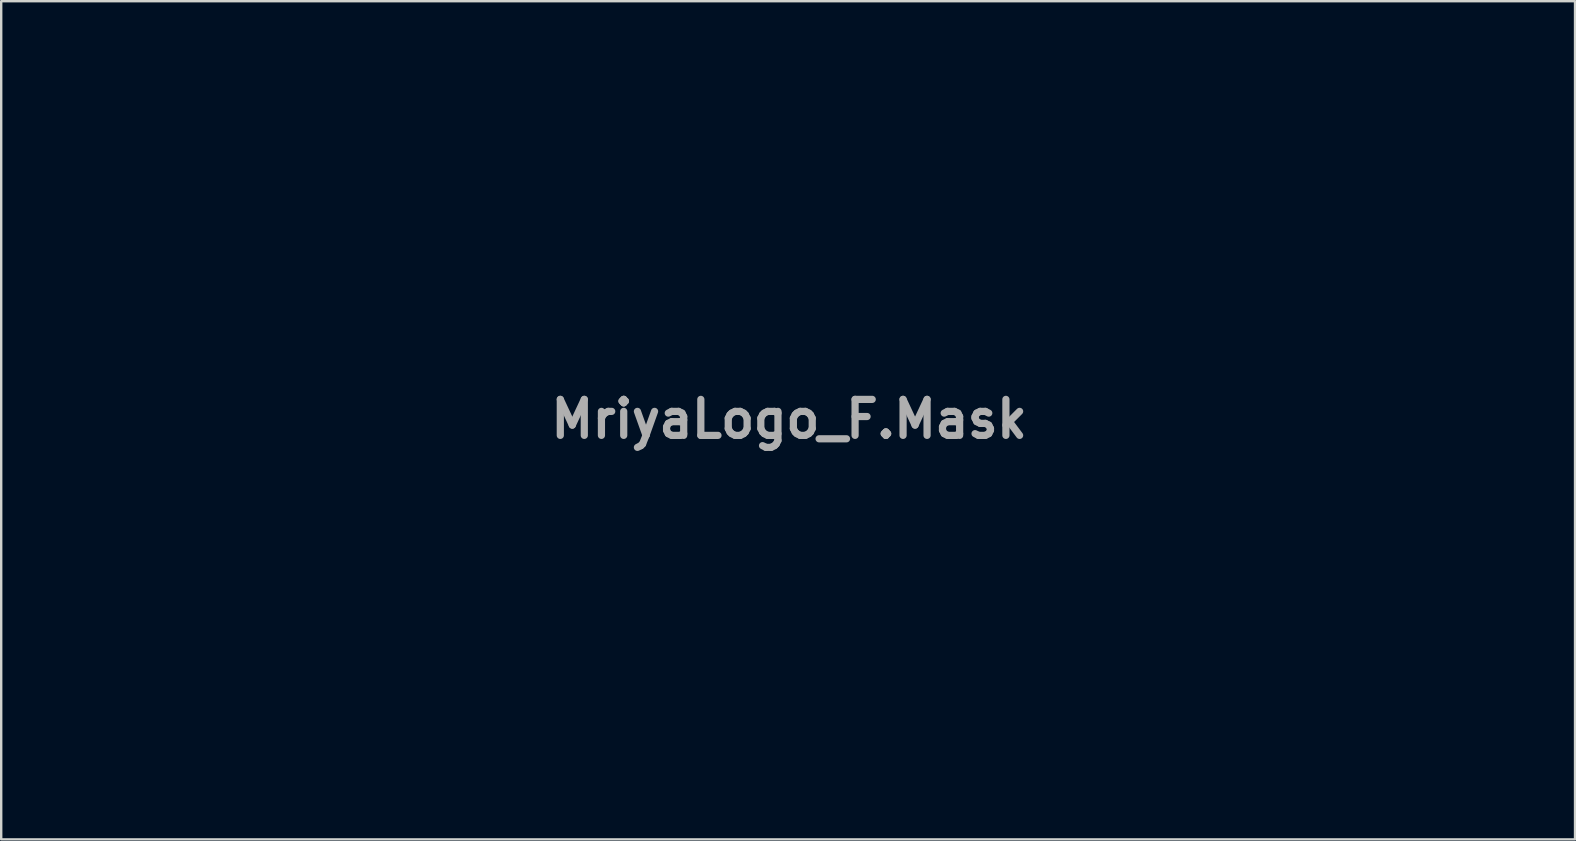
<source format=kicad_pcb>
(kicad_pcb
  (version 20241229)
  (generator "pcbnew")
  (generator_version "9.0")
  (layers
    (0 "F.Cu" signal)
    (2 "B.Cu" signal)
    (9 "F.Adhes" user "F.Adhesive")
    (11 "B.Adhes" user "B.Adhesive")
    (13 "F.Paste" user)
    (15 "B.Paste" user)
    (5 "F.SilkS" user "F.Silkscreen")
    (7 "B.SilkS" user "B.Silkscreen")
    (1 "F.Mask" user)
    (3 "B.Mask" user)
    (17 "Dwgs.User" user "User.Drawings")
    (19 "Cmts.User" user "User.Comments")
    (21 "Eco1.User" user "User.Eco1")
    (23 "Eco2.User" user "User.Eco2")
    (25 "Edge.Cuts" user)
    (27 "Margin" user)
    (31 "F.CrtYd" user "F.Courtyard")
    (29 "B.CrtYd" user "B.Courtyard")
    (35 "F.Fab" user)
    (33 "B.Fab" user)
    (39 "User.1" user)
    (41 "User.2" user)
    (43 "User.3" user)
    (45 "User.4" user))
  (footprint "MriyaLogo_F.Mask"
    (layer "F.Cu")
    (at 29.838 14.417)
    (property "Reference" "MriyaLogo_F.Mask" (at 0 0 0) (layer "F.Fab") (effects (font (size 1.5 1.5) (thickness 0.3))))
    (attr board_only exclude_from_pos_files exclude_from_bom)
    (fp_poly (pts (xy 14.399 -5.16) (xy 14.516 -5.111) (xy 14.636 -5) (xy 14.671 -4.886) (xy 14.633 -4.791) (xy 14.532 -4.738) (xy 14.38 -4.75) (xy 14.349 -4.761) (xy 14.202 -4.78) (xy 13.994 -4.747) (xy 13.719 -4.659) (xy 13.37 -4.515) (xy 13.238 -4.456) (xy 12.959 -4.337) (xy 12.748 -4.275) (xy 12.594 -4.267) (xy 12.483 -4.311) (xy 12.456 -4.334) (xy 12.358 -4.486) (xy 12.354 -4.639) (xy 12.438 -4.783) (xy 12.607 -4.906) (xy 12.754 -4.968) (xy 13.14 -5.081) (xy 13.515 -5.158) (xy 13.861 -5.198) (xy 14.161 -5.199)) (stroke (width 0) (type solid)) (fill yes) (layer "F.Mask"))
    (fp_poly (pts (xy 25.733 -3.898) (xy 26.002 -3.838) (xy 26.207 -3.745) (xy 26.384 -3.603) (xy 26.413 -3.573) (xy 26.528 -3.427) (xy 26.611 -3.257) (xy 26.665 -3.045) (xy 26.695 -2.774) (xy 26.705 -2.425) (xy 26.705 -2.33) (xy 26.705 -2.113) (xy 26.705 -1.948) (xy 26.694 -1.819) (xy 26.667 -1.709) (xy 26.615 -1.602) (xy 26.531 -1.483) (xy 26.405 -1.334) (xy 26.232 -1.14) (xy 26.009 -0.893) (xy 25.702 -0.538) (xy 25.469 -0.24) (xy 25.308 0.005) (xy 25.216 0.204) (xy 25.189 0.362) (xy 25.224 0.484) (xy 25.232 0.497) (xy 25.338 0.58) (xy 25.43 0.601) (xy 25.597 0.573) (xy 25.839 0.489) (xy 26.153 0.352) (xy 26.533 0.165) (xy 26.974 -0.069) (xy 27.471 -0.348) (xy 28.018 -0.668) (xy 28.611 -1.028) (xy 28.798 -1.144) (xy 29.057 -1.303) (xy 29.29 -1.441) (xy 29.482 -1.551) (xy 29.62 -1.625) (xy 29.689 -1.653) (xy 29.691 -1.653) (xy 29.755 -1.632) (xy 29.737 -1.568) (xy 29.635 -1.461) (xy 29.45 -1.309) (xy 29.179 -1.113) (xy 28.823 -0.872) (xy 28.38 -0.585) (xy 27.85 -0.252) (xy 27.629 -0.115) (xy 27.091 0.206) (xy 26.622 0.464) (xy 26.216 0.658) (xy 25.869 0.793) (xy 25.575 0.869) (xy 25.328 0.888) (xy 25.122 0.854) (xy 25.06 0.829) (xy 24.921 0.73) (xy 24.81 0.561) (xy 24.789 0.515) (xy 24.734 0.378) (xy 24.709 0.263) (xy 24.711 0.132) (xy 24.738 -0.055) (xy 24.741 -0.075) (xy 24.819 -0.38) (xy 24.956 -0.74) (xy 25.05 -0.944) (xy 25.149 -1.15) (xy 25.229 -1.32) (xy 25.282 -1.437) (xy 25.3 -1.48) (xy 25.259 -1.459) (xy 25.145 -1.392) (xy 24.967 -1.284) (xy 24.737 -1.143) (xy 24.466 -0.974) (xy 24.164 -0.786) (xy 24.135 -0.767) (xy 23.667 -0.476) (xy 23.273 -0.237) (xy 22.944 -0.046) (xy 22.672 0.102) (xy 22.448 0.212) (xy 22.263 0.286) (xy 22.109 0.331) (xy 21.977 0.349) (xy 21.934 0.351) (xy 21.757 0.336) (xy 21.625 0.279) (xy 21.531 0.204) (xy 21.453 0.131) (xy 21.405 0.063) (xy 21.379 -0.024) (xy 21.369 -0.157) (xy 21.369 -0.197) (xy 22.002 -0.197) (xy 22.008 -0.123) (xy 22.09 -0.105) (xy 22.247 -0.142) (xy 22.444 -0.217) (xy 22.572 -0.278) (xy 22.768 -0.38) (xy 23.014 -0.514) (xy 23.291 -0.67) (xy 23.582 -0.838) (xy 23.63 -0.866) (xy 23.972 -1.065) (xy 24.351 -1.281) (xy 24.734 -1.496) (xy 25.09 -1.693) (xy 25.334 -1.825) (xy 25.6 -1.967) (xy 25.844 -2.098) (xy 26.049 -2.208) (xy 26.197 -2.288) (xy 26.264 -2.324) (xy 26.367 -2.428) (xy 26.398 -2.569) (xy 26.368 -2.727) (xy 26.286 -2.88) (xy 26.163 -3.007) (xy 26.009 -3.088) (xy 25.891 -3.106) (xy 25.765 -3.085) (xy 25.572 -3.026) (xy 25.335 -2.939) (xy 25.074 -2.831) (xy 24.813 -2.71) (xy 24.709 -2.659) (xy 24.211 -2.366) (xy 23.693 -1.987) (xy 23.167 -1.532) (xy 22.646 -1.011) (xy 22.437 -0.783) (xy 22.217 -0.524) (xy 22.072 -0.33) (xy 22.002 -0.197) (xy 21.369 -0.197) (xy 21.368 -0.362) (xy 21.368 -0.389) (xy 21.372 -0.616) (xy 21.389 -0.782) (xy 21.427 -0.927) (xy 21.496 -1.09) (xy 21.553 -1.208) (xy 21.752 -1.537) (xy 22.029 -1.889) (xy 22.372 -2.251) (xy 22.765 -2.609) (xy 23.195 -2.949) (xy 23.646 -3.258) (xy 23.745 -3.319) (xy 24.253 -3.598) (xy 24.72 -3.789) (xy 25.151 -3.895) (xy 25.55 -3.917)) (stroke (width 0) (type solid)) (fill yes) (layer "F.Mask"))
    (fp_poly (pts (xy -0.564 -14.412) (xy -0.446 -14.364) (xy -0.355 -14.299) (xy -0.241 -14.174) (xy -0.202 -14.035) (xy -0.2 -13.999) (xy -0.202 -13.945) (xy -0.207 -13.887) (xy -0.22 -13.821) (xy -0.242 -13.74) (xy -0.275 -13.64) (xy -0.324 -13.514) (xy -0.389 -13.356) (xy -0.474 -13.161) (xy -0.581 -12.924) (xy -0.713 -12.638) (xy -0.872 -12.298) (xy -1.06 -11.897) (xy -1.281 -11.432) (xy -1.537 -10.894) (xy -1.831 -10.28) (xy -2.164 -9.583) (xy -2.279 -9.343) (xy -2.723 -8.413) (xy -3.128 -7.564) (xy -3.497 -6.786) (xy -3.835 -6.072) (xy -4.145 -5.412) (xy -4.432 -4.797) (xy -4.7 -4.218) (xy -4.952 -3.667) (xy -5.194 -3.133) (xy -5.429 -2.609) (xy -5.661 -2.085) (xy -5.895 -1.553) (xy -6.135 -1.002) (xy -6.362 -0.476) (xy -6.562 -0.011) (xy -6.726 0.37) (xy -6.858 0.675) (xy -6.959 0.914) (xy -7.035 1.094) (xy -7.088 1.223) (xy -7.121 1.31) (xy -7.139 1.363) (xy -7.144 1.391) (xy -7.139 1.401) (xy -7.129 1.403) (xy -7.125 1.403) (xy -7.08 1.367) (xy -6.985 1.269) (xy -6.854 1.126) (xy -6.713 0.964) (xy -5.896 0.016) (xy -5.092 -0.904) (xy -4.294 -1.808) (xy -3.491 -2.704) (xy -2.672 -3.605) (xy -1.83 -4.52) (xy -0.953 -5.461) (xy -0.032 -6.438) (xy 0.942 -7.461) (xy 1.979 -8.541) (xy 2.029 -8.593) (xy 2.517 -9.103) (xy 2.938 -9.552) (xy 3.299 -9.948) (xy 3.605 -10.298) (xy 3.865 -10.609) (xy 4.054 -10.849) (xy 4.371 -11.26) (xy 4.637 -11.594) (xy 4.86 -11.86) (xy 5.045 -12.061) (xy 5.201 -12.205) (xy 5.334 -12.299) (xy 5.45 -12.347) (xy 5.557 -12.356) (xy 5.661 -12.334) (xy 5.674 -12.329) (xy 5.831 -12.222) (xy 5.935 -12.061) (xy 5.962 -11.923) (xy 5.946 -11.842) (xy 5.897 -11.72) (xy 5.811 -11.553) (xy 5.684 -11.335) (xy 5.512 -11.058) (xy 5.292 -10.717) (xy 5.02 -10.307) (xy 4.743 -9.894) (xy 4.202 -9.09) (xy 3.714 -8.36) (xy 3.275 -7.696) (xy 2.879 -7.091) (xy 2.523 -6.538) (xy 2.202 -6.027) (xy 1.91 -5.553) (xy 1.644 -5.107) (xy 1.398 -4.681) (xy 1.168 -4.269) (xy 0.95 -3.862) (xy 0.738 -3.452) (xy 0.528 -3.033) (xy 0.478 -2.931) (xy 0.187 -2.328) (xy -0.109 -1.692) (xy -0.407 -1.036) (xy -0.701 -0.371) (xy -0.986 0.291) (xy -1.258 0.938) (xy -1.51 1.558) (xy -1.739 2.138) (xy -1.939 2.668) (xy -2.105 3.135) (xy -2.233 3.526) (xy -2.256 3.605) (xy -2.335 3.95) (xy -2.36 4.282) (xy -2.344 4.584) (xy -2.347 4.693) (xy -2.399 4.739) (xy -2.457 4.749) (xy -2.602 4.724) (xy -2.704 4.614) (xy -2.764 4.424) (xy -2.779 4.162) (xy -2.751 3.834) (xy -2.677 3.445) (xy -2.63 3.256) (xy -2.565 3.028) (xy -2.478 2.755) (xy -2.368 2.432) (xy -2.233 2.052) (xy -2.069 1.61) (xy -1.874 1.099) (xy -1.648 0.514) (xy -1.386 -0.152) (xy -1.124 -0.813) (xy -0.69 -1.89) (xy -0.276 -2.883) (xy 0.121 -3.8) (xy 0.506 -4.654) (xy 0.885 -5.454) (xy 1.263 -6.213) (xy 1.644 -6.94) (xy 1.917 -7.44) (xy 2.062 -7.703) (xy 2.187 -7.936) (xy 2.285 -8.125) (xy 2.349 -8.255) (xy 2.371 -8.313) (xy 2.37 -8.315) (xy 2.33 -8.304) (xy 2.314 -8.284) (xy 2.273 -8.237) (xy 2.17 -8.126) (xy 2.013 -7.958) (xy 1.809 -7.742) (xy 1.565 -7.486) (xy 1.29 -7.197) (xy 0.991 -6.883) (xy 0.871 -6.758) (xy 0.515 -6.384) (xy 0.186 -6.039) (xy -0.122 -5.714) (xy -0.414 -5.404) (xy -0.696 -5.101) (xy -0.976 -4.799) (xy -1.258 -4.49) (xy -1.549 -4.169) (xy -1.856 -3.829) (xy -2.183 -3.462) (xy -2.537 -3.062) (xy -2.925 -2.622) (xy -3.352 -2.136) (xy -3.825 -1.597) (xy -4.349 -0.997) (xy -4.93 -0.331) (xy -5.132 -0.1) (xy -5.454 0.264) (xy -5.781 0.627) (xy -6.105 0.979) (xy -6.417 1.311) (xy -6.708 1.614) (xy -6.97 1.879) (xy -7.193 2.097) (xy -7.37 2.258) (xy -7.491 2.355) (xy -7.503 2.363) (xy -7.628 2.422) (xy -7.727 2.439) (xy -7.742 2.436) (xy -7.786 2.406) (xy -7.809 2.349) (xy -7.809 2.26) (xy -7.784 2.129) (xy -7.731 1.949) (xy -7.647 1.713) (xy -7.531 1.411) (xy -7.379 1.036) (xy -7.189 0.581) (xy -7.111 0.394) (xy -6.777 -0.395) (xy -6.474 -1.108) (xy -6.194 -1.758) (xy -5.931 -2.364) (xy -5.677 -2.939) (xy -5.425 -3.501) (xy -5.169 -4.064) (xy -4.9 -4.645) (xy -4.613 -5.259) (xy -4.3 -5.923) (xy -4.007 -6.538) (xy -3.645 -7.302) (xy -3.307 -8.021) (xy -2.995 -8.692) (xy -2.711 -9.311) (xy -2.457 -9.872) (xy -2.234 -10.372) (xy -2.045 -10.806) (xy -1.892 -11.17) (xy -1.777 -11.46) (xy -1.7 -11.671) (xy -1.666 -11.799) (xy -1.665 -11.834) (xy -1.7 -11.813) (xy -1.784 -11.726) (xy -1.907 -11.585) (xy -2.058 -11.402) (xy -2.128 -11.313) (xy -3.1 -10.096) (xy -4.035 -8.955) (xy -4.943 -7.877) (xy -5.837 -6.852) (xy -6.726 -5.865) (xy -7.622 -4.906) (xy -8.535 -3.962) (xy -9.477 -3.022) (xy -9.962 -2.548) (xy -10.26 -2.259) (xy -10.536 -1.989) (xy -10.781 -1.747) (xy -10.987 -1.541) (xy -11.145 -1.38) (xy -11.247 -1.273) (xy -11.284 -1.23) (xy -11.296 -1.121) (xy -11.264 -1.066) (xy -11.17 -0.981) (xy -11.012 -0.866) (xy -10.816 -0.738) (xy -10.608 -0.612) (xy -10.412 -0.505) (xy -10.254 -0.432) (xy -10.252 -0.431) (xy -10.097 -0.351) (xy -10.031 -0.274) (xy -10.045 -0.209) (xy -10.128 -0.167) (xy -10.271 -0.158) (xy -10.462 -0.192) (xy -10.484 -0.198) (xy -10.605 -0.25) (xy -10.781 -0.346) (xy -10.987 -0.47) (xy -11.153 -0.579) (xy -11.344 -0.707) (xy -11.503 -0.811) (xy -11.613 -0.879) (xy -11.657 -0.902) (xy -11.703 -0.871) (xy -11.808 -0.787) (xy -11.955 -0.663) (xy -12.092 -0.544) (xy -12.577 -0.125) (xy -13.078 0.298) (xy -13.583 0.713) (xy -14.074 1.108) (xy -14.538 1.471) (xy -14.96 1.79) (xy -15.325 2.054) (xy -15.348 2.07) (xy -16.278 2.684) (xy -17.234 3.252) (xy -18.202 3.769) (xy -19.172 4.229) (xy -20.132 4.626) (xy -21.068 4.956) (xy -21.97 5.213) (xy -22.662 5.363) (xy -22.936 5.404) (xy -23.27 5.439) (xy -23.636 5.467) (xy -24.008 5.486) (xy -24.359 5.495) (xy -24.662 5.493) (xy -24.874 5.479) (xy -25.669 5.351) (xy -26.407 5.145) (xy -27.085 4.864) (xy -27.7 4.509) (xy -28.248 4.082) (xy -28.728 3.584) (xy -28.9 3.366) (xy -29.248 2.814) (xy -29.516 2.21) (xy -29.704 1.562) (xy -29.812 0.879) (xy -29.832 0.352) (xy -29.444 0.352) (xy -29.394 1.018) (xy -29.275 1.653) (xy -29.088 2.239) (xy -28.98 2.485) (xy -28.685 2.989) (xy -28.305 3.454) (xy -27.851 3.872) (xy -27.333 4.236) (xy -26.762 4.539) (xy -26.149 4.775) (xy -25.502 4.935) (xy -25.371 4.958) (xy -25.168 4.977) (xy -24.89 4.988) (xy -24.561 4.989) (xy -24.206 4.983) (xy -23.848 4.969) (xy -23.513 4.949) (xy -23.224 4.922) (xy -23.02 4.893) (xy -21.998 4.656) (xy -20.955 4.324) (xy -19.895 3.898) (xy -18.823 3.381) (xy -17.742 2.774) (xy -16.655 2.079) (xy -15.566 1.298) (xy -14.504 0.453) (xy -14.231 0.223) (xy -13.945 -0.023) (xy -13.656 -0.275) (xy -13.373 -0.526) (xy -13.107 -0.765) (xy -12.867 -0.983) (xy -12.664 -1.173) (xy -12.508 -1.324) (xy -12.408 -1.427) (xy -12.374 -1.474) (xy -12.409 -1.52) (xy -12.509 -1.626) (xy -12.665 -1.786) (xy -12.869 -1.99) (xy -13.113 -2.231) (xy -13.388 -2.5) (xy -13.686 -2.791) (xy -13.999 -3.094) (xy -14.319 -3.401) (xy -14.637 -3.705) (xy -14.945 -3.998) (xy -15.234 -4.272) (xy -15.497 -4.518) (xy -15.725 -4.729) (xy -15.91 -4.896) (xy -15.956 -4.937) (xy -16.667 -5.539) (xy -17.335 -6.06) (xy -17.968 -6.504) (xy -18.575 -6.877) (xy -19.164 -7.184) (xy -19.743 -7.428) (xy -20.32 -7.615) (xy -20.649 -7.697) (xy -20.927 -7.742) (xy -21.273 -7.77) (xy -21.654 -7.781) (xy -22.04 -7.776) (xy -22.399 -7.754) (xy -22.7 -7.715) (xy -22.777 -7.699) (xy -23.296 -7.556) (xy -23.856 -7.354) (xy -24.424 -7.106) (xy -24.969 -6.826) (xy -25.139 -6.728) (xy -25.826 -6.271) (xy -26.478 -5.738) (xy -27.086 -5.14) (xy -27.643 -4.489) (xy -28.139 -3.795) (xy -28.568 -3.071) (xy -28.919 -2.327) (xy -29.186 -1.574) (xy -29.327 -1.002) (xy -29.422 -0.328) (xy -29.444 0.352) (xy -29.832 0.352) (xy -29.838 0.17) (xy -29.784 -0.556) (xy -29.647 -1.29) (xy -29.429 -2.023) (xy -29.231 -2.52) (xy -28.823 -3.352) (xy -28.361 -4.113) (xy -27.829 -4.824) (xy -27.213 -5.505) (xy -27.108 -5.611) (xy -26.652 -6.042) (xy -26.216 -6.406) (xy -25.772 -6.724) (xy -25.289 -7.017) (xy -24.774 -7.288) (xy -24.022 -7.632) (xy -23.314 -7.891) (xy -22.638 -8.067) (xy -21.983 -8.158) (xy -21.34 -8.166) (xy -20.697 -8.091) (xy -20.043 -7.934) (xy -19.369 -7.694) (xy -18.862 -7.469) (xy -18.484 -7.28) (xy -18.118 -7.082) (xy -17.758 -6.866) (xy -17.397 -6.628) (xy -17.026 -6.362) (xy -16.638 -6.062) (xy -16.227 -5.721) (xy -15.783 -5.333) (xy -15.3 -4.894) (xy -14.771 -4.396) (xy -14.188 -3.835) (xy -13.712 -3.37) (xy -13.38 -3.045) (xy -13.069 -2.743) (xy -12.786 -2.471) (xy -12.538 -2.235) (xy -12.334 -2.044) (xy -12.18 -1.904) (xy -12.084 -1.822) (xy -12.055 -1.804) (xy -11.994 -1.84) (xy -11.873 -1.944) (xy -11.697 -2.11) (xy -11.472 -2.331) (xy -11.204 -2.601) (xy -10.899 -2.914) (xy -10.564 -3.263) (xy -10.205 -3.642) (xy -9.827 -4.045) (xy -9.437 -4.465) (xy -9.04 -4.895) (xy -8.643 -5.33) (xy -8.252 -5.763) (xy -7.94 -6.112) (xy -7.321 -6.811) (xy -6.753 -7.459) (xy -6.221 -8.072) (xy -5.715 -8.665) (xy -5.221 -9.252) (xy -4.726 -9.85) (xy -4.218 -10.472) (xy -3.685 -11.134) (xy -3.114 -11.851) (xy -2.68 -12.399) (xy -2.287 -12.893) (xy -1.946 -13.308) (xy -1.651 -13.651) (xy -1.398 -13.924) (xy -1.181 -14.133) (xy -0.994 -14.282) (xy -0.833 -14.375) (xy -0.691 -14.417)) (stroke (width 0) (type solid)) (fill yes) (layer "F.Mask"))
    (fp_poly (pts (xy 16.849 -4.384) (xy 17.012 -4.295) (xy 17.123 -4.147) (xy 17.169 -3.956) (xy 17.133 -3.735) (xy 17.118 -3.697) (xy 17.055 -3.577) (xy 16.949 -3.407) (xy 16.819 -3.217) (xy 16.763 -3.14) (xy 16.58 -2.88) (xy 16.387 -2.587) (xy 16.193 -2.272) (xy 16.003 -1.95) (xy 15.827 -1.635) (xy 15.67 -1.339) (xy 15.541 -1.076) (xy 15.448 -0.861) (xy 15.396 -0.705) (xy 15.39 -0.639) (xy 15.446 -0.528) (xy 15.571 -0.489) (xy 15.761 -0.521) (xy 16.016 -0.623) (xy 16.335 -0.794) (xy 16.715 -1.035) (xy 17.155 -1.343) (xy 17.395 -1.521) (xy 17.816 -1.843) (xy 18.213 -2.153) (xy 18.578 -2.445) (xy 18.902 -2.712) (xy 19.175 -2.945) (xy 19.39 -3.138) (xy 19.536 -3.284) (xy 19.582 -3.337) (xy 19.713 -3.487) (xy 19.83 -3.561) (xy 19.963 -3.57) (xy 20.081 -3.546) (xy 20.239 -3.456) (xy 20.34 -3.285) (xy 20.382 -3.037) (xy 20.378 -2.828) (xy 20.337 -2.579) (xy 20.252 -2.254) (xy 20.128 -1.865) (xy 19.969 -1.424) (xy 19.781 -0.942) (xy 19.568 -0.43) (xy 19.335 0.098) (xy 19.087 0.632) (xy 18.828 1.161) (xy 18.565 1.672) (xy 18.301 2.153) (xy 18.255 2.235) (xy 18.134 2.449) (xy 18.034 2.635) (xy 17.965 2.774) (xy 17.936 2.847) (xy 17.935 2.851) (xy 17.979 2.889) (xy 18.098 2.883) (xy 18.836 2.771) (xy 19.64 2.67) (xy 20.474 2.584) (xy 21.305 2.517) (xy 22.096 2.472) (xy 22.294 2.465) (xy 22.752 2.453) (xy 23.247 2.448) (xy 23.762 2.449) (xy 24.283 2.456) (xy 24.793 2.468) (xy 25.274 2.485) (xy 25.713 2.506) (xy 26.091 2.532) (xy 26.393 2.561) (xy 26.506 2.576) (xy 27.053 2.676) (xy 27.516 2.796) (xy 27.895 2.935) (xy 28.185 3.09) (xy 28.384 3.261) (xy 28.49 3.446) (xy 28.5 3.644) (xy 28.476 3.728) (xy 28.426 3.802) (xy 28.38 3.785) (xy 28.356 3.688) (xy 28.356 3.664) (xy 28.307 3.478) (xy 28.165 3.305) (xy 27.935 3.15) (xy 27.625 3.018) (xy 27.354 2.939) (xy 27.093 2.876) (xy 26.856 2.825) (xy 26.63 2.783) (xy 26.401 2.75) (xy 26.155 2.725) (xy 25.88 2.707) (xy 25.562 2.695) (xy 25.188 2.687) (xy 24.745 2.683) (xy 24.218 2.681) (xy 24.047 2.681) (xy 23.355 2.683) (xy 22.746 2.69) (xy 22.202 2.704) (xy 21.705 2.724) (xy 21.238 2.752) (xy 20.784 2.789) (xy 20.325 2.836) (xy 19.843 2.893) (xy 19.714 2.91) (xy 19.167 2.985) (xy 18.714 3.055) (xy 18.348 3.122) (xy 18.065 3.187) (xy 17.857 3.251) (xy 17.718 3.316) (xy 17.679 3.344) (xy 17.605 3.425) (xy 17.487 3.573) (xy 17.337 3.775) (xy 17.167 4.016) (xy 16.986 4.279) (xy 16.97 4.303) (xy 16.285 5.292) (xy 15.604 6.207) (xy 14.908 7.073) (xy 14.178 7.911) (xy 13.395 8.748) (xy 12.978 9.171) (xy 12.099 10.022) (xy 11.254 10.784) (xy 10.44 11.458) (xy 9.651 12.05) (xy 9.647 12.052) (xy 8.868 12.578) (xy 8.101 13.046) (xy 7.35 13.454) (xy 6.622 13.8) (xy 5.922 14.081) (xy 5.257 14.295) (xy 4.633 14.441) (xy 4.055 14.515) (xy 3.53 14.517) (xy 3.093 14.45) (xy 2.712 14.328) (xy 2.412 14.16) (xy 2.178 13.937) (xy 2.005 13.664) (xy 1.915 13.46) (xy 1.869 13.28) (xy 1.856 13.092) (xy 2.144 13.092) (xy 2.17 13.361) (xy 2.218 13.531) (xy 2.321 13.697) (xy 2.482 13.87) (xy 2.666 14.016) (xy 2.799 14.088) (xy 3.16 14.204) (xy 3.539 14.261) (xy 3.958 14.26) (xy 4.437 14.203) (xy 4.462 14.199) (xy 5.075 14.06) (xy 5.733 13.843) (xy 6.425 13.555) (xy 7.138 13.2) (xy 7.863 12.784) (xy 8.588 12.313) (xy 9.112 11.936) (xy 10.175 11.086) (xy 11.191 10.166) (xy 12.164 9.171) (xy 13.101 8.095) (xy 14.006 6.931) (xy 14.761 5.86) (xy 14.993 5.513) (xy 15.219 5.168) (xy 15.433 4.835) (xy 15.627 4.527) (xy 15.795 4.254) (xy 15.931 4.027) (xy 16.026 3.856) (xy 16.076 3.752) (xy 16.082 3.73) (xy 16.072 3.692) (xy 16.037 3.67) (xy 15.965 3.667) (xy 15.846 3.686) (xy 15.667 3.728) (xy 15.419 3.794) (xy 15.09 3.887) (xy 14.943 3.929) (xy 13.599 4.348) (xy 12.291 4.815) (xy 11.024 5.326) (xy 9.808 5.878) (xy 8.648 6.466) (xy 7.552 7.087) (xy 6.527 7.738) (xy 5.58 8.414) (xy 4.718 9.111) (xy 3.956 9.818) (xy 3.447 10.362) (xy 3.013 10.899) (xy 2.658 11.422) (xy 2.388 11.923) (xy 2.271 12.207) (xy 2.196 12.483) (xy 2.153 12.789) (xy 2.144 13.092) (xy 1.856 13.092) (xy 1.854 13.068) (xy 1.854 13.015) (xy 1.865 12.732) (xy 1.906 12.475) (xy 1.983 12.212) (xy 2.104 11.912) (xy 2.179 11.748) (xy 2.52 11.131) (xy 2.96 10.509) (xy 3.498 9.884) (xy 4.133 9.256) (xy 4.864 8.628) (xy 5.691 7.999) (xy 6.287 7.584) (xy 7.672 6.714) (xy 9.124 5.918) (xy 10.645 5.195) (xy 12.233 4.546) (xy 13.889 3.97) (xy 15.613 3.468) (xy 15.652 3.458) (xy 15.897 3.388) (xy 16.118 3.317) (xy 16.29 3.252) (xy 16.387 3.203) (xy 16.481 3.107) (xy 16.611 2.931) (xy 16.772 2.687) (xy 16.957 2.386) (xy 17.16 2.038) (xy 17.374 1.654) (xy 17.594 1.247) (xy 17.814 0.826) (xy 18.027 0.402) (xy 18.227 -0.012) (xy 18.408 -0.406) (xy 18.427 -0.451) (xy 18.533 -0.696) (xy 18.649 -0.976) (xy 18.769 -1.273) (xy 18.887 -1.574) (xy 18.998 -1.86) (xy 19.094 -2.118) (xy 19.17 -2.33) (xy 19.22 -2.482) (xy 19.238 -2.556) (xy 19.209 -2.603) (xy 19.2 -2.604) (xy 19.152 -2.573) (xy 19.04 -2.487) (xy 18.875 -2.356) (xy 18.672 -2.19) (xy 18.441 -1.998) (xy 18.411 -1.974) (xy 17.868 -1.525) (xy 17.389 -1.144) (xy 16.969 -0.826) (xy 16.602 -0.569) (xy 16.282 -0.368) (xy 16.002 -0.219) (xy 15.758 -0.119) (xy 15.543 -0.064) (xy 15.38 -0.05) (xy 15.214 -0.058) (xy 15.1 -0.095) (xy 14.988 -0.181) (xy 14.929 -0.239) (xy 14.746 -0.492) (xy 14.646 -0.793) (xy 14.629 -0.995) (xy 14.626 -1.035) (xy 14.614 -1.058) (xy 14.586 -1.057) (xy 14.535 -1.026) (xy 14.455 -0.961) (xy 14.34 -0.855) (xy 14.182 -0.702) (xy 13.977 -0.497) (xy 13.716 -0.234) (xy 13.395 0.094) (xy 13.269 0.222) (xy 12.774 0.722) (xy 12.337 1.152) (xy 11.953 1.517) (xy 11.614 1.824) (xy 11.314 2.076) (xy 11.045 2.281) (xy 10.8 2.443) (xy 10.573 2.567) (xy 10.357 2.66) (xy 10.145 2.727) (xy 10.116 2.734) (xy 9.794 2.778) (xy 9.527 2.738) (xy 9.315 2.615) (xy 9.159 2.41) (xy 9.06 2.123) (xy 9.019 1.756) (xy 9.018 1.674) (xy 9.041 1.386) (xy 9.108 1.031) (xy 9.212 0.627) (xy 9.348 0.195) (xy 9.511 -0.248) (xy 9.693 -0.678) (xy 9.773 -0.854) (xy 9.834 -0.992) (xy 9.867 -1.069) (xy 9.869 -1.077) (xy 9.827 -1.068) (xy 9.714 -1.032) (xy 9.556 -0.977) (xy 9.17 -0.864) (xy 8.811 -0.82) (xy 8.441 -0.843) (xy 8.392 -0.85) (xy 8.006 -0.941) (xy 7.682 -1.086) (xy 7.413 -1.291) (xy 7.197 -1.564) (xy 7.027 -1.91) (xy 6.901 -2.336) (xy 6.812 -2.848) (xy 6.785 -3.093) (xy 6.76 -3.278) (xy 6.727 -3.424) (xy 6.692 -3.503) (xy 6.69 -3.506) (xy 6.605 -3.512) (xy 6.465 -3.447) (xy 6.274 -3.315) (xy 6.042 -3.122) (xy 5.775 -2.873) (xy 5.685 -2.784) (xy 5.422 -2.507) (xy 5.147 -2.192) (xy 4.853 -1.828) (xy 4.53 -1.405) (xy 4.169 -0.91) (xy 3.984 -0.651) (xy 3.741 -0.313) (xy 3.541 -0.052) (xy 3.377 0.142) (xy 3.24 0.279) (xy 3.122 0.367) (xy 3.053 0.402) (xy 2.89 0.428) (xy 2.754 0.369) (xy 2.652 0.235) (xy 2.586 0.038) (xy 2.561 -0.212) (xy 2.58 -0.502) (xy 2.632 -0.759) (xy 2.731 -1.07) (xy 2.875 -1.419) (xy 3.052 -1.79) (xy 3.255 -2.169) (xy 3.473 -2.538) (xy 3.697 -2.881) (xy 3.917 -3.183) (xy 4.123 -3.428) (xy 4.306 -3.6) (xy 4.352 -3.632) (xy 4.556 -3.748) (xy 4.713 -3.79) (xy 4.841 -3.76) (xy 4.932 -3.689) (xy 5.003 -3.605) (xy 5.047 -3.513) (xy 5.061 -3.405) (xy 5.041 -3.272) (xy 4.984 -3.105) (xy 4.886 -2.897) (xy 4.745 -2.639) (xy 4.556 -2.322) (xy 4.317 -1.938) (xy 4.087 -1.578) (xy 3.847 -1.203) (xy 3.656 -0.904) (xy 3.51 -0.673) (xy 3.404 -0.503) (xy 3.333 -0.384) (xy 3.292 -0.31) (xy 3.276 -0.272) (xy 3.281 -0.262) (xy 3.296 -0.269) (xy 3.342 -0.319) (xy 3.437 -0.437) (xy 3.57 -0.611) (xy 3.732 -0.828) (xy 3.912 -1.073) (xy 3.937 -1.109) (xy 4.413 -1.749) (xy 4.858 -2.318) (xy 5.271 -2.813) (xy 5.647 -3.232) (xy 5.986 -3.57) (xy 6.284 -3.826) (xy 6.538 -3.996) (xy 6.556 -4.006) (xy 6.768 -4.067) (xy 6.979 -4.044) (xy 7.158 -3.938) (xy 7.161 -3.936) (xy 7.253 -3.829) (xy 7.324 -3.696) (xy 7.377 -3.523) (xy 7.418 -3.291) (xy 7.45 -2.983) (xy 7.464 -2.804) (xy 7.504 -2.383) (xy 7.562 -2.047) (xy 7.644 -1.785) (xy 7.755 -1.582) (xy 7.902 -1.425) (xy 8.089 -1.301) (xy 8.126 -1.282) (xy 8.401 -1.189) (xy 8.733 -1.148) (xy 9.091 -1.158) (xy 9.447 -1.221) (xy 9.573 -1.258) (xy 9.844 -1.361) (xy 10.041 -1.474) (xy 10.187 -1.614) (xy 10.276 -1.742) (xy 10.389 -1.921) (xy 10.541 -2.145) (xy 10.717 -2.396) (xy 10.907 -2.66) (xy 11.099 -2.92) (xy 11.28 -3.159) (xy 11.438 -3.362) (xy 11.562 -3.511) (xy 11.63 -3.582) (xy 11.832 -3.721) (xy 12.025 -3.76) (xy 12.215 -3.701) (xy 12.335 -3.612) (xy 12.444 -3.496) (xy 12.488 -3.38) (xy 12.493 -3.265) (xy 12.485 -3.192) (xy 12.46 -3.111) (xy 12.412 -3.008) (xy 12.333 -2.873) (xy 12.218 -2.696) (xy 12.059 -2.464) (xy 11.85 -2.166) (xy 11.764 -2.045) (xy 11.386 -1.513) (xy 11.063 -1.054) (xy 10.789 -0.664) (xy 10.561 -0.334) (xy 10.373 -0.059) (xy 10.222 0.168) (xy 10.102 0.355) (xy 10.01 0.506) (xy 9.956 0.601) (xy 9.805 0.909) (xy 9.675 1.239) (xy 9.576 1.562) (xy 9.518 1.846) (xy 9.508 1.955) (xy 9.507 2.117) (xy 9.535 2.221) (xy 9.606 2.311) (xy 9.659 2.36) (xy 9.779 2.45) (xy 9.884 2.501) (xy 9.909 2.505) (xy 10.013 2.48) (xy 10.178 2.415) (xy 10.381 2.32) (xy 10.597 2.207) (xy 10.804 2.089) (xy 10.976 1.976) (xy 10.993 1.964) (xy 11.192 1.811) (xy 11.423 1.62) (xy 11.691 1.384) (xy 12.002 1.098) (xy 12.363 0.757) (xy 12.778 0.355) (xy 13.255 -0.113) (xy 13.407 -0.263) (xy 13.751 -0.606) (xy 14.03 -0.886) (xy 14.251 -1.113) (xy 14.42 -1.293) (xy 14.545 -1.434) (xy 14.632 -1.544) (xy 14.689 -1.63) (xy 14.722 -1.701) (xy 14.728 -1.719) (xy 14.808 -1.931) (xy 14.932 -2.192) (xy 15.091 -2.487) (xy 15.276 -2.803) (xy 15.476 -3.124) (xy 15.682 -3.436) (xy 15.886 -3.724) (xy 16.076 -3.974) (xy 16.244 -4.171) (xy 16.381 -4.3) (xy 16.432 -4.333) (xy 16.651 -4.402)) (stroke (width 0) (type solid)) (fill yes) (layer "F.Mask")))
  (gr_rect
    (start -3 -3)
    (end 62.594 31.933)
    (stroke (width 0.1) (type default))
    (fill no)
    (layer "Edge.Cuts")))
</source>
